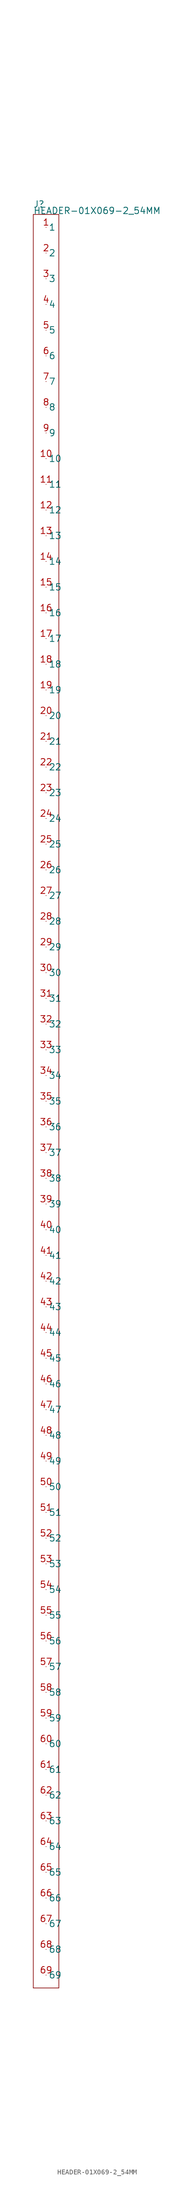
<source format=kicad_sym>
(kicad_symbol_lib
  (version 20211014)
  (generator kicad_symbol_editor)
  (symbol "HEADER-01X069-2_54MM"
    (pin_names)
    (property "Reference" "J"
      (at -2.54 176.53 0)
      (effects (font (size 1.27 1.27)) (justify left bottom)))
    (property "Value" "HEADER-01X069-2_54MM"
      (at -2.54 175.26 0)
      (effects (font (size 1.27 1.27)) (justify left bottom)))
    (property "Datasheet" ""
      (at 0 0 0))
    (property "ki_description" "Header 1x69  - Header Vertical 69POS 2.54MM Technical Specifications: Pitch: 0.1\" (2.54mm) "
      (at 0 0 0))
    (property "ki_fp_filters" "FlashPCB_Connectors:HEADER-THT-01X069-2_54MM FlashPCB_Connectors:HEADER-THT-LONG-01X069-2_54MM FlashPCB_Connectors:HEADER-THT-NOSILK-01X069-2_54MM FlashPCB_Connectors:HEADER-THT-LONG-NOSILK-01X069-2_54MM"
      (at 0 0 0))
    (symbol "HEADER-01X069-2_54MM_1_1"
      (polyline (pts (xy -2.54 175.26) (xy 2.54 175.26)) (stroke (width 0.127)) (fill (type none)))
      (polyline (pts (xy 2.54 175.26) (xy 2.54 -175.26)) (stroke (width 0.127)) (fill (type none)))
      (polyline (pts (xy 2.54 -175.26) (xy -2.54 -175.26)) (stroke (width 0.127)) (fill (type none)))
      (polyline (pts (xy -2.54 -175.26) (xy -2.54 175.26)) (stroke (width 0.127)) (fill (type none)))
      (pin bidirectional line (at 0 172.72 0) (length 0) (name "1" (effects (font (size 1.27 1.27)))) (number "1" (effects (font (size 1.27 1.27)))))
      (pin bidirectional line (at 0 167.64 0) (length 0) (name "2" (effects (font (size 1.27 1.27)))) (number "2" (effects (font (size 1.27 1.27)))))
      (pin bidirectional line (at 0 162.56 0) (length 0) (name "3" (effects (font (size 1.27 1.27)))) (number "3" (effects (font (size 1.27 1.27)))))
      (pin bidirectional line (at 0 157.48 0) (length 0) (name "4" (effects (font (size 1.27 1.27)))) (number "4" (effects (font (size 1.27 1.27)))))
      (pin bidirectional line (at 0 152.4 0) (length 0) (name "5" (effects (font (size 1.27 1.27)))) (number "5" (effects (font (size 1.27 1.27)))))
      (pin bidirectional line (at 0 147.32 0) (length 0) (name "6" (effects (font (size 1.27 1.27)))) (number "6" (effects (font (size 1.27 1.27)))))
      (pin bidirectional line (at 0 142.24 0) (length 0) (name "7" (effects (font (size 1.27 1.27)))) (number "7" (effects (font (size 1.27 1.27)))))
      (pin bidirectional line (at 0 137.16 0) (length 0) (name "8" (effects (font (size 1.27 1.27)))) (number "8" (effects (font (size 1.27 1.27)))))
      (pin bidirectional line (at 0 132.08 0) (length 0) (name "9" (effects (font (size 1.27 1.27)))) (number "9" (effects (font (size 1.27 1.27)))))
      (pin bidirectional line (at 0 127 0) (length 0) (name "10" (effects (font (size 1.27 1.27)))) (number "10" (effects (font (size 1.27 1.27)))))
      (pin bidirectional line (at 0 121.92 0) (length 0) (name "11" (effects (font (size 1.27 1.27)))) (number "11" (effects (font (size 1.27 1.27)))))
      (pin bidirectional line (at 0 116.84 0) (length 0) (name "12" (effects (font (size 1.27 1.27)))) (number "12" (effects (font (size 1.27 1.27)))))
      (pin bidirectional line (at 0 111.76 0) (length 0) (name "13" (effects (font (size 1.27 1.27)))) (number "13" (effects (font (size 1.27 1.27)))))
      (pin bidirectional line (at 0 106.68 0) (length 0) (name "14" (effects (font (size 1.27 1.27)))) (number "14" (effects (font (size 1.27 1.27)))))
      (pin bidirectional line (at 0 101.6 0) (length 0) (name "15" (effects (font (size 1.27 1.27)))) (number "15" (effects (font (size 1.27 1.27)))))
      (pin bidirectional line (at 0 96.52 0) (length 0) (name "16" (effects (font (size 1.27 1.27)))) (number "16" (effects (font (size 1.27 1.27)))))
      (pin bidirectional line (at 0 91.44 0) (length 0) (name "17" (effects (font (size 1.27 1.27)))) (number "17" (effects (font (size 1.27 1.27)))))
      (pin bidirectional line (at 0 86.36 0) (length 0) (name "18" (effects (font (size 1.27 1.27)))) (number "18" (effects (font (size 1.27 1.27)))))
      (pin bidirectional line (at 0 81.28 0) (length 0) (name "19" (effects (font (size 1.27 1.27)))) (number "19" (effects (font (size 1.27 1.27)))))
      (pin bidirectional line (at 0 76.2 0) (length 0) (name "20" (effects (font (size 1.27 1.27)))) (number "20" (effects (font (size 1.27 1.27)))))
      (pin bidirectional line (at 0 71.12 0) (length 0) (name "21" (effects (font (size 1.27 1.27)))) (number "21" (effects (font (size 1.27 1.27)))))
      (pin bidirectional line (at 0 66.04 0) (length 0) (name "22" (effects (font (size 1.27 1.27)))) (number "22" (effects (font (size 1.27 1.27)))))
      (pin bidirectional line (at 0 60.96 0) (length 0) (name "23" (effects (font (size 1.27 1.27)))) (number "23" (effects (font (size 1.27 1.27)))))
      (pin bidirectional line (at 0 55.88 0) (length 0) (name "24" (effects (font (size 1.27 1.27)))) (number "24" (effects (font (size 1.27 1.27)))))
      (pin bidirectional line (at 0 50.8 0) (length 0) (name "25" (effects (font (size 1.27 1.27)))) (number "25" (effects (font (size 1.27 1.27)))))
      (pin bidirectional line (at 0 45.72 0) (length 0) (name "26" (effects (font (size 1.27 1.27)))) (number "26" (effects (font (size 1.27 1.27)))))
      (pin bidirectional line (at 0 40.64 0) (length 0) (name "27" (effects (font (size 1.27 1.27)))) (number "27" (effects (font (size 1.27 1.27)))))
      (pin bidirectional line (at 0 35.56 0) (length 0) (name "28" (effects (font (size 1.27 1.27)))) (number "28" (effects (font (size 1.27 1.27)))))
      (pin bidirectional line (at 0 30.48 0) (length 0) (name "29" (effects (font (size 1.27 1.27)))) (number "29" (effects (font (size 1.27 1.27)))))
      (pin bidirectional line (at 0 25.4 0) (length 0) (name "30" (effects (font (size 1.27 1.27)))) (number "30" (effects (font (size 1.27 1.27)))))
      (pin bidirectional line (at 0 20.32 0) (length 0) (name "31" (effects (font (size 1.27 1.27)))) (number "31" (effects (font (size 1.27 1.27)))))
      (pin bidirectional line (at 0 15.24 0) (length 0) (name "32" (effects (font (size 1.27 1.27)))) (number "32" (effects (font (size 1.27 1.27)))))
      (pin bidirectional line (at 0 10.16 0) (length 0) (name "33" (effects (font (size 1.27 1.27)))) (number "33" (effects (font (size 1.27 1.27)))))
      (pin bidirectional line (at 0 5.08 0) (length 0) (name "34" (effects (font (size 1.27 1.27)))) (number "34" (effects (font (size 1.27 1.27)))))
      (pin bidirectional line (at 0 0 0) (length 0) (name "35" (effects (font (size 1.27 1.27)))) (number "35" (effects (font (size 1.27 1.27)))))
      (pin bidirectional line (at 0 -5.08 0) (length 0) (name "36" (effects (font (size 1.27 1.27)))) (number "36" (effects (font (size 1.27 1.27)))))
      (pin bidirectional line (at 0 -10.16 0) (length 0) (name "37" (effects (font (size 1.27 1.27)))) (number "37" (effects (font (size 1.27 1.27)))))
      (pin bidirectional line (at 0 -15.24 0) (length 0) (name "38" (effects (font (size 1.27 1.27)))) (number "38" (effects (font (size 1.27 1.27)))))
      (pin bidirectional line (at 0 -20.32 0) (length 0) (name "39" (effects (font (size 1.27 1.27)))) (number "39" (effects (font (size 1.27 1.27)))))
      (pin bidirectional line (at 0 -25.4 0) (length 0) (name "40" (effects (font (size 1.27 1.27)))) (number "40" (effects (font (size 1.27 1.27)))))
      (pin bidirectional line (at 0 -30.48 0) (length 0) (name "41" (effects (font (size 1.27 1.27)))) (number "41" (effects (font (size 1.27 1.27)))))
      (pin bidirectional line (at 0 -35.56 0) (length 0) (name "42" (effects (font (size 1.27 1.27)))) (number "42" (effects (font (size 1.27 1.27)))))
      (pin bidirectional line (at 0 -40.64 0) (length 0) (name "43" (effects (font (size 1.27 1.27)))) (number "43" (effects (font (size 1.27 1.27)))))
      (pin bidirectional line (at 0 -45.72 0) (length 0) (name "44" (effects (font (size 1.27 1.27)))) (number "44" (effects (font (size 1.27 1.27)))))
      (pin bidirectional line (at 0 -50.8 0) (length 0) (name "45" (effects (font (size 1.27 1.27)))) (number "45" (effects (font (size 1.27 1.27)))))
      (pin bidirectional line (at 0 -55.88 0) (length 0) (name "46" (effects (font (size 1.27 1.27)))) (number "46" (effects (font (size 1.27 1.27)))))
      (pin bidirectional line (at 0 -60.96 0) (length 0) (name "47" (effects (font (size 1.27 1.27)))) (number "47" (effects (font (size 1.27 1.27)))))
      (pin bidirectional line (at 0 -66.04 0) (length 0) (name "48" (effects (font (size 1.27 1.27)))) (number "48" (effects (font (size 1.27 1.27)))))
      (pin bidirectional line (at 0 -71.12 0) (length 0) (name "49" (effects (font (size 1.27 1.27)))) (number "49" (effects (font (size 1.27 1.27)))))
      (pin bidirectional line (at 0 -76.2 0) (length 0) (name "50" (effects (font (size 1.27 1.27)))) (number "50" (effects (font (size 1.27 1.27)))))
      (pin bidirectional line (at 0 -81.28 0) (length 0) (name "51" (effects (font (size 1.27 1.27)))) (number "51" (effects (font (size 1.27 1.27)))))
      (pin bidirectional line (at 0 -86.36 0) (length 0) (name "52" (effects (font (size 1.27 1.27)))) (number "52" (effects (font (size 1.27 1.27)))))
      (pin bidirectional line (at 0 -91.44 0) (length 0) (name "53" (effects (font (size 1.27 1.27)))) (number "53" (effects (font (size 1.27 1.27)))))
      (pin bidirectional line (at 0 -96.52 0) (length 0) (name "54" (effects (font (size 1.27 1.27)))) (number "54" (effects (font (size 1.27 1.27)))))
      (pin bidirectional line (at 0 -101.6 0) (length 0) (name "55" (effects (font (size 1.27 1.27)))) (number "55" (effects (font (size 1.27 1.27)))))
      (pin bidirectional line (at 0 -106.68 0) (length 0) (name "56" (effects (font (size 1.27 1.27)))) (number "56" (effects (font (size 1.27 1.27)))))
      (pin bidirectional line (at 0 -111.76 0) (length 0) (name "57" (effects (font (size 1.27 1.27)))) (number "57" (effects (font (size 1.27 1.27)))))
      (pin bidirectional line (at 0 -116.84 0) (length 0) (name "58" (effects (font (size 1.27 1.27)))) (number "58" (effects (font (size 1.27 1.27)))))
      (pin bidirectional line (at 0 -121.92 0) (length 0) (name "59" (effects (font (size 1.27 1.27)))) (number "59" (effects (font (size 1.27 1.27)))))
      (pin bidirectional line (at 0 -127 0) (length 0) (name "60" (effects (font (size 1.27 1.27)))) (number "60" (effects (font (size 1.27 1.27)))))
      (pin bidirectional line (at 0 -132.08 0) (length 0) (name "61" (effects (font (size 1.27 1.27)))) (number "61" (effects (font (size 1.27 1.27)))))
      (pin bidirectional line (at 0 -137.16 0) (length 0) (name "62" (effects (font (size 1.27 1.27)))) (number "62" (effects (font (size 1.27 1.27)))))
      (pin bidirectional line (at 0 -142.24 0) (length 0) (name "63" (effects (font (size 1.27 1.27)))) (number "63" (effects (font (size 1.27 1.27)))))
      (pin bidirectional line (at 0 -147.32 0) (length 0) (name "64" (effects (font (size 1.27 1.27)))) (number "64" (effects (font (size 1.27 1.27)))))
      (pin bidirectional line (at 0 -152.4 0) (length 0) (name "65" (effects (font (size 1.27 1.27)))) (number "65" (effects (font (size 1.27 1.27)))))
      (pin bidirectional line (at 0 -157.48 0) (length 0) (name "66" (effects (font (size 1.27 1.27)))) (number "66" (effects (font (size 1.27 1.27)))))
      (pin bidirectional line (at 0 -162.56 0) (length 0) (name "67" (effects (font (size 1.27 1.27)))) (number "67" (effects (font (size 1.27 1.27)))))
      (pin bidirectional line (at 0 -167.64 0) (length 0) (name "68" (effects (font (size 1.27 1.27)))) (number "68" (effects (font (size 1.27 1.27)))))
      (pin bidirectional line (at 0 -172.72 0) (length 0) (name "69" (effects (font (size 1.27 1.27)))) (number "69" (effects (font (size 1.27 1.27))))))))
</source>
